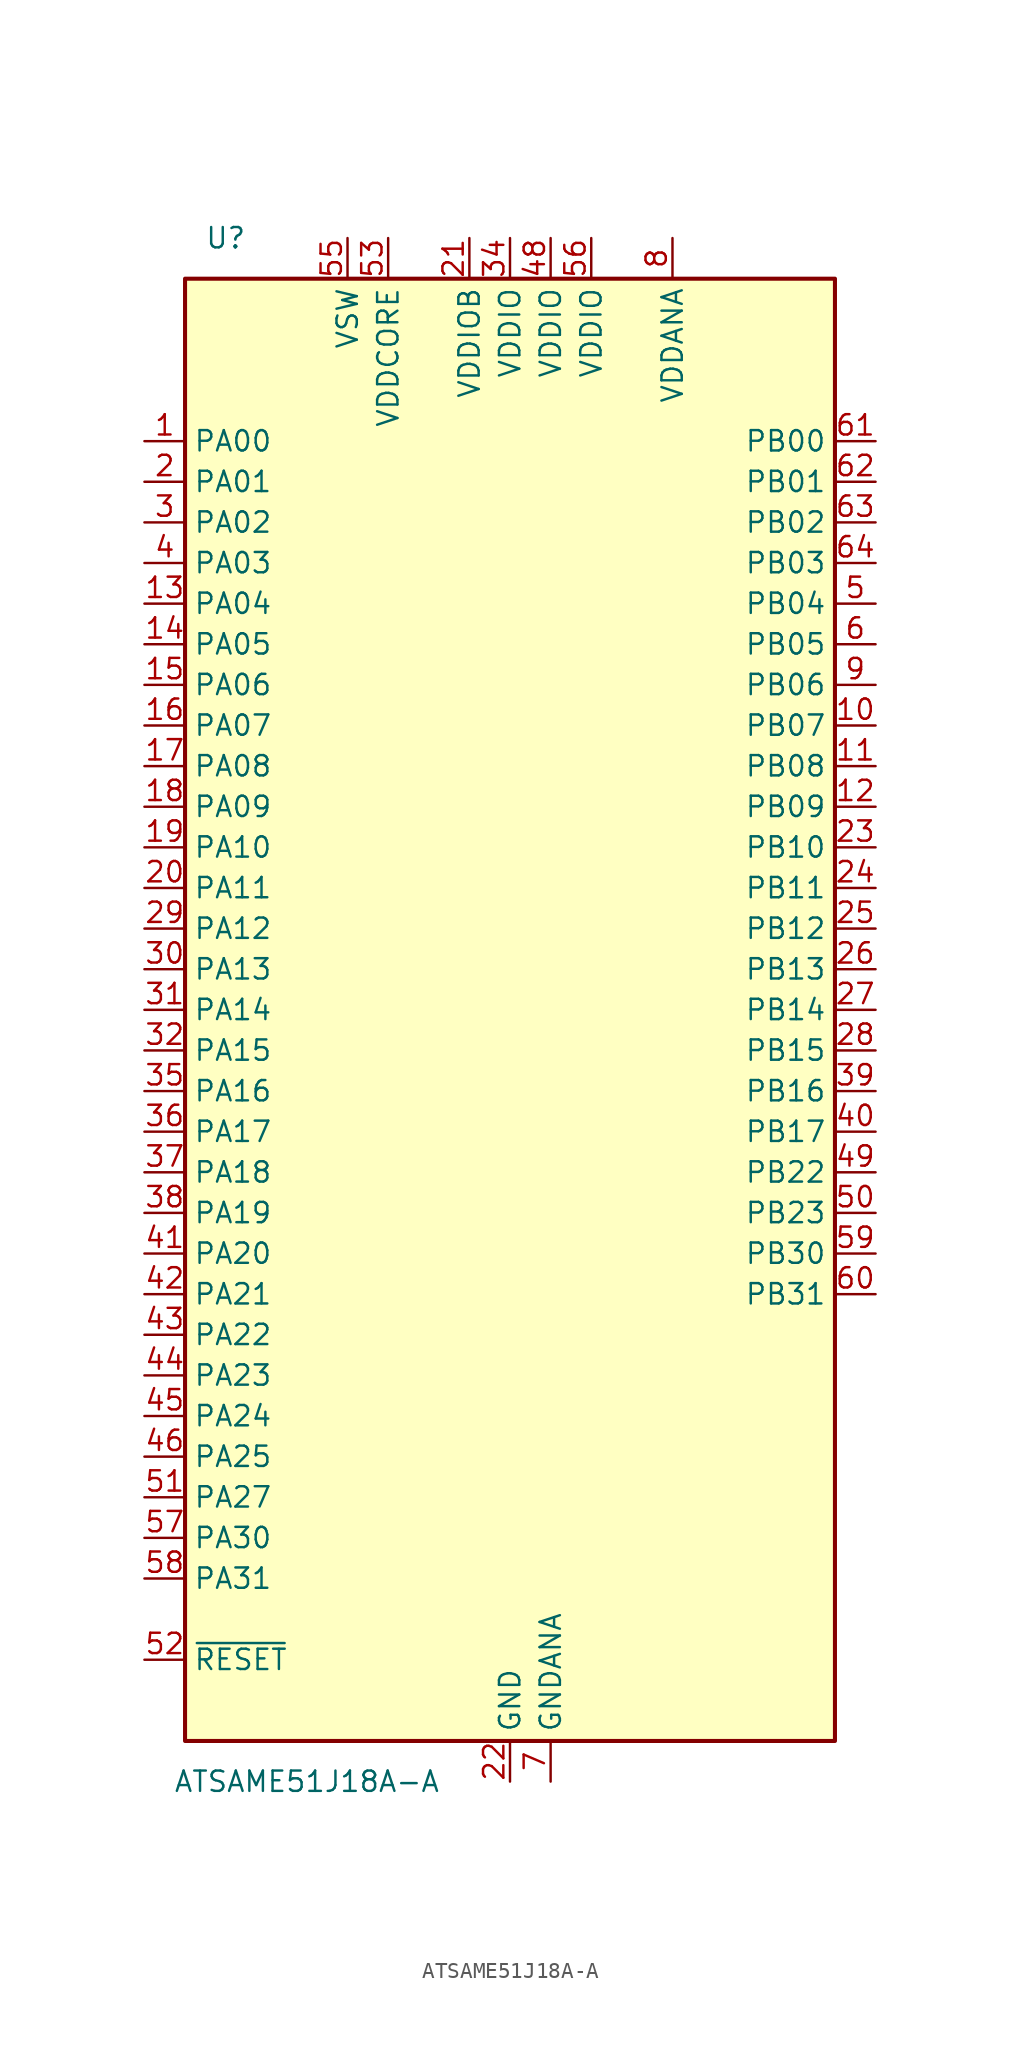
<source format=kicad_sym>
(kicad_symbol_lib
  (version 20231120)
  (generator "kicad_symbol_editor")
  (generator_version "8.0")
  (symbol "ATSAME51J18A-A"
    (property "Reference" "U"
      (at -17.78 48.26 0)
      (effects (font (size 1.27 1.27))))
    (property "Value" "ATSAME51J18A-A"
      (at -12.7 -48.26 0)
      (effects (font (size 1.27 1.27))))
    (symbol "ATSAME51J18A-A_0_1"
      (rectangle (start -20.32 45.72) (end 20.32 -45.72) (stroke (width 0.254) (type default)) (fill (type background))))
    (symbol "ATSAME51J18A-A_1_0"
      (pin bidirectional line (at 22.86 27.94 180) (length 2.54) (name "PB03" (effects (font (size 1.27 1.27)))) (number "64" (effects (font (size 1.27 1.27))))))
    (symbol "ATSAME51J18A-A_1_1"
      (pin bidirectional line (at -22.86 35.56 0) (length 2.54) (name "PA00" (effects (font (size 1.27 1.27)))) (number "1" (effects (font (size 1.27 1.27)))))
      (pin bidirectional line (at 22.86 17.78 180) (length 2.54) (name "PB07" (effects (font (size 1.27 1.27)))) (number "10" (effects (font (size 1.27 1.27)))))
      (pin bidirectional line (at 22.86 15.24 180) (length 2.54) (name "PB08" (effects (font (size 1.27 1.27)))) (number "11" (effects (font (size 1.27 1.27)))))
      (pin bidirectional line (at 22.86 12.7 180) (length 2.54) (name "PB09" (effects (font (size 1.27 1.27)))) (number "12" (effects (font (size 1.27 1.27)))))
      (pin bidirectional line (at -22.86 25.4 0) (length 2.54) (name "PA04" (effects (font (size 1.27 1.27)))) (number "13" (effects (font (size 1.27 1.27)))))
      (pin bidirectional line (at -22.86 22.86 0) (length 2.54) (name "PA05" (effects (font (size 1.27 1.27)))) (number "14" (effects (font (size 1.27 1.27)))))
      (pin bidirectional line (at -22.86 20.32 0) (length 2.54) (name "PA06" (effects (font (size 1.27 1.27)))) (number "15" (effects (font (size 1.27 1.27)))))
      (pin bidirectional line (at -22.86 17.78 0) (length 2.54) (name "PA07" (effects (font (size 1.27 1.27)))) (number "16" (effects (font (size 1.27 1.27)))))
      (pin bidirectional line (at -22.86 15.24 0) (length 2.54) (name "PA08" (effects (font (size 1.27 1.27)))) (number "17" (effects (font (size 1.27 1.27)))))
      (pin bidirectional line (at -22.86 12.7 0) (length 2.54) (name "PA09" (effects (font (size 1.27 1.27)))) (number "18" (effects (font (size 1.27 1.27)))))
      (pin bidirectional line (at -22.86 10.16 0) (length 2.54) (name "PA10" (effects (font (size 1.27 1.27)))) (number "19" (effects (font (size 1.27 1.27)))))
      (pin bidirectional line (at -22.86 33.02 0) (length 2.54) (name "PA01" (effects (font (size 1.27 1.27)))) (number "2" (effects (font (size 1.27 1.27)))))
      (pin bidirectional line (at -22.86 7.62 0) (length 2.54) (name "PA11" (effects (font (size 1.27 1.27)))) (number "20" (effects (font (size 1.27 1.27)))))
      (pin power_in line (at -2.54 48.26 270) (length 2.54) (name "VDDIOB" (effects (font (size 1.27 1.27)))) (number "21" (effects (font (size 1.27 1.27)))))
      (pin power_in line (at 0 -48.26 90) (length 2.54) (name "GND" (effects (font (size 1.27 1.27)))) (number "22" (effects (font (size 1.27 1.27)))))
      (pin bidirectional line (at 22.86 10.16 180) (length 2.54) (name "PB10" (effects (font (size 1.27 1.27)))) (number "23" (effects (font (size 1.27 1.27)))))
      (pin bidirectional line (at 22.86 7.62 180) (length 2.54) (name "PB11" (effects (font (size 1.27 1.27)))) (number "24" (effects (font (size 1.27 1.27)))))
      (pin bidirectional line (at 22.86 5.08 180) (length 2.54) (name "PB12" (effects (font (size 1.27 1.27)))) (number "25" (effects (font (size 1.27 1.27)))))
      (pin bidirectional line (at 22.86 2.54 180) (length 2.54) (name "PB13" (effects (font (size 1.27 1.27)))) (number "26" (effects (font (size 1.27 1.27)))))
      (pin bidirectional line (at 22.86 0 180) (length 2.54) (name "PB14" (effects (font (size 1.27 1.27)))) (number "27" (effects (font (size 1.27 1.27)))))
      (pin bidirectional line (at 22.86 -2.54 180) (length 2.54) (name "PB15" (effects (font (size 1.27 1.27)))) (number "28" (effects (font (size 1.27 1.27)))))
      (pin bidirectional line (at -22.86 5.08 0) (length 2.54) (name "PA12" (effects (font (size 1.27 1.27)))) (number "29" (effects (font (size 1.27 1.27)))))
      (pin bidirectional line (at -22.86 30.48 0) (length 2.54) (name "PA02" (effects (font (size 1.27 1.27)))) (number "3" (effects (font (size 1.27 1.27)))))
      (pin bidirectional line (at -22.86 2.54 0) (length 2.54) (name "PA13" (effects (font (size 1.27 1.27)))) (number "30" (effects (font (size 1.27 1.27)))))
      (pin bidirectional line (at -22.86 0 0) (length 2.54) (name "PA14" (effects (font (size 1.27 1.27)))) (number "31" (effects (font (size 1.27 1.27)))))
      (pin bidirectional line (at -22.86 -2.54 0) (length 2.54) (name "PA15" (effects (font (size 1.27 1.27)))) (number "32" (effects (font (size 1.27 1.27)))))
      (pin passive line (at 0 -48.26 90) (length 2.54) hide (name "GND" (effects (font (size 1.27 1.27)))) (number "33" (effects (font (size 1.27 1.27)))))
      (pin power_in line (at 0 48.26 270) (length 2.54) (name "VDDIO" (effects (font (size 1.27 1.27)))) (number "34" (effects (font (size 1.27 1.27)))))
      (pin bidirectional line (at -22.86 -5.08 0) (length 2.54) (name "PA16" (effects (font (size 1.27 1.27)))) (number "35" (effects (font (size 1.27 1.27)))))
      (pin bidirectional line (at -22.86 -7.62 0) (length 2.54) (name "PA17" (effects (font (size 1.27 1.27)))) (number "36" (effects (font (size 1.27 1.27)))))
      (pin bidirectional line (at -22.86 -10.16 0) (length 2.54) (name "PA18" (effects (font (size 1.27 1.27)))) (number "37" (effects (font (size 1.27 1.27)))))
      (pin bidirectional line (at -22.86 -12.7 0) (length 2.54) (name "PA19" (effects (font (size 1.27 1.27)))) (number "38" (effects (font (size 1.27 1.27)))))
      (pin bidirectional line (at 22.86 -5.08 180) (length 2.54) (name "PB16" (effects (font (size 1.27 1.27)))) (number "39" (effects (font (size 1.27 1.27)))))
      (pin bidirectional line (at -22.86 27.94 0) (length 2.54) (name "PA03" (effects (font (size 1.27 1.27)))) (number "4" (effects (font (size 1.27 1.27)))))
      (pin bidirectional line (at 22.86 -7.62 180) (length 2.54) (name "PB17" (effects (font (size 1.27 1.27)))) (number "40" (effects (font (size 1.27 1.27)))))
      (pin bidirectional line (at -22.86 -15.24 0) (length 2.54) (name "PA20" (effects (font (size 1.27 1.27)))) (number "41" (effects (font (size 1.27 1.27)))))
      (pin bidirectional line (at -22.86 -17.78 0) (length 2.54) (name "PA21" (effects (font (size 1.27 1.27)))) (number "42" (effects (font (size 1.27 1.27)))))
      (pin bidirectional line (at -22.86 -20.32 0) (length 2.54) (name "PA22" (effects (font (size 1.27 1.27)))) (number "43" (effects (font (size 1.27 1.27)))))
      (pin bidirectional line (at -22.86 -22.86 0) (length 2.54) (name "PA23" (effects (font (size 1.27 1.27)))) (number "44" (effects (font (size 1.27 1.27)))))
      (pin bidirectional line (at -22.86 -25.4 0) (length 2.54) (name "PA24" (effects (font (size 1.27 1.27)))) (number "45" (effects (font (size 1.27 1.27)))))
      (pin bidirectional line (at -22.86 -27.94 0) (length 2.54) (name "PA25" (effects (font (size 1.27 1.27)))) (number "46" (effects (font (size 1.27 1.27)))))
      (pin passive line (at 0 -48.26 90) (length 2.54) hide (name "GND" (effects (font (size 1.27 1.27)))) (number "47" (effects (font (size 1.27 1.27)))))
      (pin power_in line (at 2.54 48.26 270) (length 2.54) (name "VDDIO" (effects (font (size 1.27 1.27)))) (number "48" (effects (font (size 1.27 1.27)))))
      (pin bidirectional line (at 22.86 -10.16 180) (length 2.54) (name "PB22" (effects (font (size 1.27 1.27)))) (number "49" (effects (font (size 1.27 1.27)))))
      (pin bidirectional line (at 22.86 25.4 180) (length 2.54) (name "PB04" (effects (font (size 1.27 1.27)))) (number "5" (effects (font (size 1.27 1.27)))))
      (pin bidirectional line (at 22.86 -12.7 180) (length 2.54) (name "PB23" (effects (font (size 1.27 1.27)))) (number "50" (effects (font (size 1.27 1.27)))))
      (pin bidirectional line (at -22.86 -30.48 0) (length 2.54) (name "PA27" (effects (font (size 1.27 1.27)))) (number "51" (effects (font (size 1.27 1.27)))))
      (pin input line (at -22.86 -40.64 0) (length 2.54) (name "~{RESET}" (effects (font (size 1.27 1.27)))) (number "52" (effects (font (size 1.27 1.27)))))
      (pin power_out line (at -7.62 48.26 270) (length 2.54) (name "VDDCORE" (effects (font (size 1.27 1.27)))) (number "53" (effects (font (size 1.27 1.27)))))
      (pin passive line (at 0 -48.26 90) (length 2.54) hide (name "GND" (effects (font (size 1.27 1.27)))) (number "54" (effects (font (size 1.27 1.27)))))
      (pin power_in line (at -10.16 48.26 270) (length 2.54) (name "VSW" (effects (font (size 1.27 1.27)))) (number "55" (effects (font (size 1.27 1.27)))))
      (pin power_in line (at 5.08 48.26 270) (length 2.54) (name "VDDIO" (effects (font (size 1.27 1.27)))) (number "56" (effects (font (size 1.27 1.27)))))
      (pin bidirectional line (at -22.86 -33.02 0) (length 2.54) (name "PA30" (effects (font (size 1.27 1.27)))) (number "57" (effects (font (size 1.27 1.27)))))
      (pin bidirectional line (at -22.86 -35.56 0) (length 2.54) (name "PA31" (effects (font (size 1.27 1.27)))) (number "58" (effects (font (size 1.27 1.27)))))
      (pin bidirectional line (at 22.86 -15.24 180) (length 2.54) (name "PB30" (effects (font (size 1.27 1.27)))) (number "59" (effects (font (size 1.27 1.27)))))
      (pin bidirectional line (at 22.86 22.86 180) (length 2.54) (name "PB05" (effects (font (size 1.27 1.27)))) (number "6" (effects (font (size 1.27 1.27)))))
      (pin bidirectional line (at 22.86 -17.78 180) (length 2.54) (name "PB31" (effects (font (size 1.27 1.27)))) (number "60" (effects (font (size 1.27 1.27)))))
      (pin bidirectional line (at 22.86 35.56 180) (length 2.54) (name "PB00" (effects (font (size 1.27 1.27)))) (number "61" (effects (font (size 1.27 1.27)))))
      (pin bidirectional line (at 22.86 33.02 180) (length 2.54) (name "PB01" (effects (font (size 1.27 1.27)))) (number "62" (effects (font (size 1.27 1.27)))))
      (pin bidirectional line (at 22.86 30.48 180) (length 2.54) (name "PB02" (effects (font (size 1.27 1.27)))) (number "63" (effects (font (size 1.27 1.27)))))
      (pin power_in line (at 2.54 -48.26 90) (length 2.54) (name "GNDANA" (effects (font (size 1.27 1.27)))) (number "7" (effects (font (size 1.27 1.27)))))
      (pin power_in line (at 10.16 48.26 270) (length 2.54) (name "VDDANA" (effects (font (size 1.27 1.27)))) (number "8" (effects (font (size 1.27 1.27)))))
      (pin bidirectional line (at 22.86 20.32 180) (length 2.54) (name "PB06" (effects (font (size 1.27 1.27)))) (number "9" (effects (font (size 1.27 1.27))))))))
</source>
